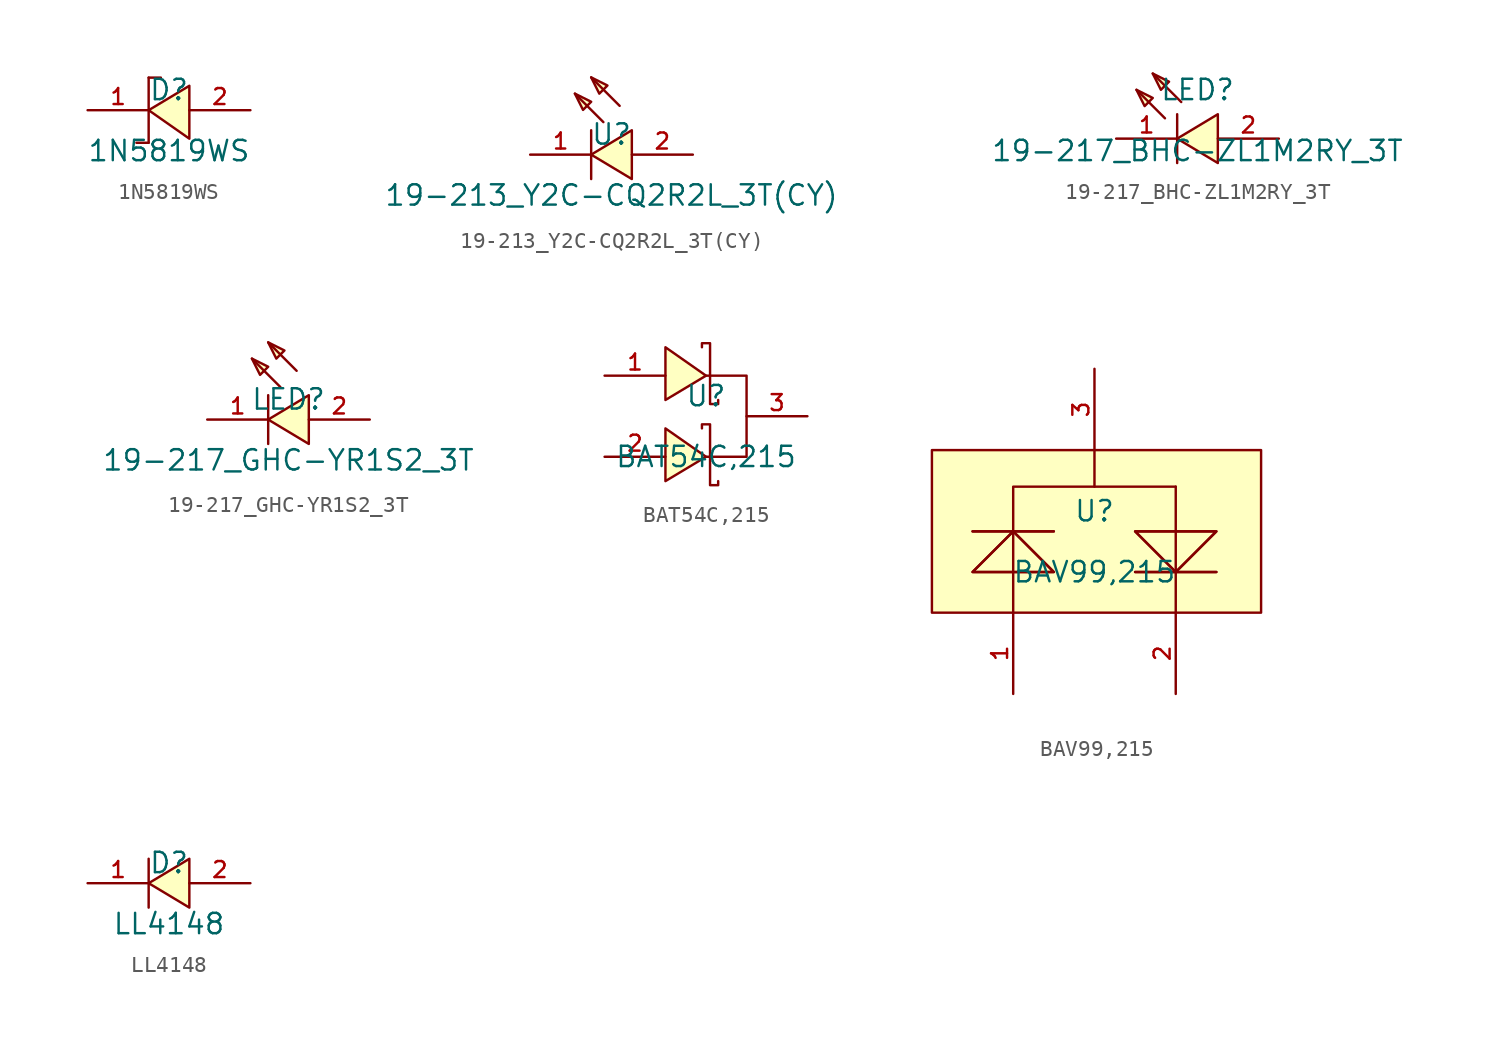
<source format=kicad_sym>
(kicad_symbol_lib
  (version 20210201)
  (generator TousstNicolas/JLC2KiCad_lib)
  (symbol "1N5819WS"
    (pin_names hide)
    (property "Reference" "D"
      (at 0 1.27 0)
      (effects (font (size 1.27 1.27))))
    (property "Value" "1N5819WS"
      (at 0 -2.54 0)
      (effects (font (size 1.27 1.27))))
    (symbol "1N5819WS_0_1"
      (pin unspecified line (at 5.08 -0.0 180) (length 3.81) (name "A" (effects (font (size 1 1)))) (number "2" (effects (font (size 1 1)))))
      (pin unspecified line (at -5.08 -0.0 0) (length 3.81) (name "C" (effects (font (size 1 1)))) (number "1" (effects (font (size 1 1)))))
      (polyline (pts (xy -1.27 -2.032) (xy -1.27 2.032)) (stroke (width 0) (type default) (color 0 0 0 0)) (fill (type none)))
      (polyline (pts (xy 1.27 1.524) (xy -1.27 -0.0) (xy 1.27 -1.778) (xy 1.27 1.524)) (stroke (width 0) (type default) (color 0 0 0 0)) (fill (type background)))
      (polyline (pts (xy -1.27 -2.032) (xy -2.032 -2.032)) (stroke (width 0) (type default) (color 0 0 0 0)) (fill (type none)))
      (polyline (pts (xy -1.27 2.032) (xy -0.508 2.032)) (stroke (width 0) (type default) (color 0 0 0 0)) (fill (type none)))))
  (symbol "19-213_Y2C-CQ2R2L_3T(CY)"
    (pin_names hide)
    (property "Reference" "U"
      (at 0 1.27 0)
      (effects (font (size 1.27 1.27))))
    (property "Value" "19-213_Y2C-CQ2R2L_3T(CY)"
      (at 0 -2.54 0)
      (effects (font (size 1.27 1.27))))
    (symbol "19-213_Y2C-CQ2R2L_3T(CY)_0_1"
      (pin input line (at 5.08 -0.0 180) (length 3.81) (name "A" (effects (font (size 1 1)))) (number "2" (effects (font (size 1 1)))))
      (pin input line (at -5.08 -0.0 0) (length 3.81) (name "C" (effects (font (size 1 1)))) (number "1" (effects (font (size 1 1)))))
      (polyline (pts (xy 1.27 -1.524) (xy -1.27 -0.0) (xy 1.27 1.524) (xy 1.27 -1.524)) (stroke (width 0) (type default) (color 0 0 0 0)) (fill (type background)))
      (polyline (pts (xy -0.508 2.032) (xy -2.286 3.81)) (stroke (width 0) (type default) (color 0 0 0 0)) (fill (type none)))
      (polyline (pts (xy 0.508 3.048) (xy -1.27 4.826)) (stroke (width 0) (type default) (color 0 0 0 0)) (fill (type none)))
      (polyline (pts (xy -2.286 3.81) (xy -1.27 3.302) (xy -1.778 2.794) (xy -2.286 3.81)) (stroke (width 0) (type default) (color 0 0 0 0)) (fill (type background)))
      (polyline (pts (xy -1.27 4.826) (xy -0.254 4.318) (xy -0.762 3.81) (xy -1.27 4.826)) (stroke (width 0) (type default) (color 0 0 0 0)) (fill (type background)))
      (polyline (pts (xy -1.27 1.524) (xy -1.27 -1.524)) (stroke (width 0) (type default) (color 0 0 0 0)) (fill (type none)))))
  (symbol "19-217_BHC-ZL1M2RY_3T"
    (pin_names hide)
    (property "Reference" "LED"
      (at 0 1.27 0)
      (effects (font (size 1.27 1.27))))
    (property "Value" "19-217_BHC-ZL1M2RY_3T"
      (at 0 -2.54 0)
      (effects (font (size 1.27 1.27))))
    (symbol "19-217_BHC-ZL1M2RY_3T_0_1"
      (pin input line (at 5.08 -1.778 180) (length 3.81) (name "A" (effects (font (size 1 1)))) (number "2" (effects (font (size 1 1)))))
      (pin input line (at -5.08 -1.778 0) (length 3.81) (name "C" (effects (font (size 1 1)))) (number "1" (effects (font (size 1 1)))))
      (polyline (pts (xy 1.27 -0.254) (xy -1.27 -1.778) (xy 1.27 -3.302) (xy 1.27 -0.254)) (stroke (width 0) (type default) (color 0 0 0 0)) (fill (type background)))
      (polyline (pts (xy -1.016 0.508) (xy -2.794 2.286)) (stroke (width 0) (type default) (color 0 0 0 0)) (fill (type none)))
      (polyline (pts (xy -2.032 -0.508) (xy -3.81 1.27)) (stroke (width 0) (type default) (color 0 0 0 0)) (fill (type none)))
      (polyline (pts (xy -2.794 2.286) (xy -2.286 1.27) (xy -1.778 1.778) (xy -2.794 2.286)) (stroke (width 0) (type default) (color 0 0 0 0)) (fill (type background)))
      (polyline (pts (xy -3.81 1.27) (xy -3.302 0.254) (xy -2.794 0.762) (xy -3.81 1.27)) (stroke (width 0) (type default) (color 0 0 0 0)) (fill (type background)))
      (polyline (pts (xy -1.27 -3.302) (xy -1.27 -0.254)) (stroke (width 0) (type default) (color 0 0 0 0)) (fill (type none)))))
  (symbol "19-217_GHC-YR1S2_3T"
    (pin_names hide)
    (property "Reference" "LED"
      (at 0 1.27 0)
      (effects (font (size 1.27 1.27))))
    (property "Value" "19-217_GHC-YR1S2_3T"
      (at 0 -2.54 0)
      (effects (font (size 1.27 1.27))))
    (symbol "19-217_GHC-YR1S2_3T_0_1"
      (pin input line (at 5.08 -0.0 180) (length 3.81) (name "A" (effects (font (size 1 1)))) (number "2" (effects (font (size 1 1)))))
      (pin input line (at -5.08 -0.0 0) (length 3.81) (name "C" (effects (font (size 1 1)))) (number "1" (effects (font (size 1 1)))))
      (polyline (pts (xy 1.27 -1.524) (xy -1.27 -0.0) (xy 1.27 1.524) (xy 1.27 -1.524)) (stroke (width 0) (type default) (color 0 0 0 0)) (fill (type background)))
      (polyline (pts (xy -0.508 2.032) (xy -2.286 3.81)) (stroke (width 0) (type default) (color 0 0 0 0)) (fill (type none)))
      (polyline (pts (xy 0.508 3.048) (xy -1.27 4.826)) (stroke (width 0) (type default) (color 0 0 0 0)) (fill (type none)))
      (polyline (pts (xy -2.286 3.81) (xy -1.27 3.302) (xy -1.778 2.794) (xy -2.286 3.81)) (stroke (width 0) (type default) (color 0 0 0 0)) (fill (type background)))
      (polyline (pts (xy -1.27 4.826) (xy -0.254 4.318) (xy -0.762 3.81) (xy -1.27 4.826)) (stroke (width 0) (type default) (color 0 0 0 0)) (fill (type background)))
      (polyline (pts (xy -1.27 1.524) (xy -1.27 -1.524)) (stroke (width 0) (type default) (color 0 0 0 0)) (fill (type none)))))
  (symbol "BAT54C,215"
    (pin_names hide)
    (property "Reference" "U"
      (at 0 1.27 0)
      (effects (font (size 1.27 1.27))))
    (property "Value" "BAT54C,215"
      (at 0 -2.54 0)
      (effects (font (size 1.27 1.27))))
    (symbol "BAT54C,215_0_1"
      (pin unspecified line (at -6.35 2.54 0) (length 3.81) (name "A" (effects (font (size 1 1)))) (number "1" (effects (font (size 1 1)))))
      (polyline (pts (xy 0.762 1.016) (xy 0.762 0.762) (xy 0.254 0.762) (xy 0.254 4.572) (xy -0.254 4.572) (xy -0.254 4.318)) (stroke (width 0) (type default) (color 0 0 0 0)) (fill (type none)))
      (polyline (pts (xy -2.54 1.016) (xy 0.0 2.54) (xy -2.54 4.318) (xy -2.54 1.016)) (stroke (width 0) (type default) (color 0 0 0 0)) (fill (type background)))
      (pin unspecified line (at -6.35 -2.54 0) (length 3.81) (name "A" (effects (font (size 1 1)))) (number "2" (effects (font (size 1 1)))))
      (pin unspecified line (at 6.35 -0.0 180) (length 3.81) (name "K" (effects (font (size 1 1)))) (number "3" (effects (font (size 1 1)))))
      (polyline (pts (xy 0.762 -4.064) (xy 0.762 -4.318) (xy 0.254 -4.318) (xy 0.254 -0.508) (xy -0.254 -0.508) (xy -0.254 -0.762)) (stroke (width 0) (type default) (color 0 0 0 0)) (fill (type none)))
      (polyline (pts (xy -2.54 -4.064) (xy 0.0 -2.54) (xy -2.54 -0.762) (xy -2.54 -4.064)) (stroke (width 0) (type default) (color 0 0 0 0)) (fill (type background)))
      (polyline (pts (xy 0.0 2.54) (xy 2.54 2.54) (xy 2.54 -2.54) (xy 0.0 -2.54)) (stroke (width 0) (type default) (color 0 0 0 0)) (fill (type none)))))
  (symbol "BAV99,215"
    (pin_names hide)
    (property "Reference" "U"
      (at 0 1.27 0)
      (effects (font (size 1.27 1.27))))
    (property "Value" "BAV99,215"
      (at 0 -2.54 0)
      (effects (font (size 1.27 1.27))))
    (symbol "BAV99,215_0_1"
      (rectangle (start -10.16 5.08) (end 10.414 -5.08) (stroke (width 0) (type default) (color 0 0 0 0)) (fill (type background)))
      (pin input line (at -5.08 -10.16 90) (length 5.08) (name "1" (effects (font (size 1 1)))) (number "1" (effects (font (size 1 1)))))
      (pin input line (at 5.08 -10.16 90) (length 5.08) (name "2" (effects (font (size 1 1)))) (number "2" (effects (font (size 1 1)))))
      (pin input line (at 0.0 10.16 270) (length 5.08) (name "3" (effects (font (size 1 1)))) (number "3" (effects (font (size 1 1)))))
      (polyline (pts (xy 2.54 -0.0) (xy 5.08 -2.54) (xy 7.62 -0.0) (xy 2.54 -0.0)) (stroke (width 0) (type default) (color 0 0 0 0)) (fill (type background)))
      (polyline (pts (xy 7.62 -2.54) (xy 2.54 -2.54)) (stroke (width 0) (type default) (color 0 0 0 0)) (fill (type none)))
      (polyline (pts (xy -2.54 -2.54) (xy -5.08 -0.0) (xy -7.62 -2.54) (xy -2.54 -2.54)) (stroke (width 0) (type default) (color 0 0 0 0)) (fill (type background)))
      (polyline (pts (xy -7.62 -0.0) (xy -2.54 -0.0)) (stroke (width 0) (type default) (color 0 0 0 0)) (fill (type none)))
      (polyline (pts (xy -5.08 -5.08) (xy -5.08 2.794) (xy 5.08 2.794)) (stroke (width 0) (type default) (color 0 0 0 0)) (fill (type none)))
      (polyline (pts (xy 5.08 2.794) (xy 5.08 -5.08)) (stroke (width 0) (type default) (color 0 0 0 0)) (fill (type none)))
      (polyline (pts (xy 0.0 5.08) (xy 0.0 2.794)) (stroke (width 0) (type default) (color 0 0 0 0)) (fill (type none)))
      (polyline (pts (xy -2.54 -2.54) (xy -5.08 -0.0) (xy -7.62 -2.54) (xy -2.54 -2.54)) (stroke (width 0) (type default) (color 0 0 0 0)) (fill (type background)))
      (polyline (pts (xy 2.54 -0.0) (xy 5.08 -2.54) (xy 7.62 -0.0) (xy 2.54 -0.0)) (stroke (width 0) (type default) (color 0 0 0 0)) (fill (type background)))
      (polyline (pts (xy -7.62 -0.0) (xy -2.54 -0.0)) (stroke (width 0) (type default) (color 0 0 0 0)) (fill (type none)))
      (polyline (pts (xy 7.62 -2.54) (xy 2.54 -2.54)) (stroke (width 0) (type default) (color 0 0 0 0)) (fill (type none)))))
  (symbol "LL4148"
    (pin_names hide)
    (property "Reference" "D"
      (at 0 1.27 0)
      (effects (font (size 1.27 1.27))))
    (property "Value" "LL4148"
      (at 0 -2.54 0)
      (effects (font (size 1.27 1.27))))
    (symbol "LL4148_0_1"
      (polyline (pts (xy -1.27 -1.524) (xy -1.27 1.524)) (stroke (width 0) (type default) (color 0 0 0 0)) (fill (type none)))
      (pin unspecified line (at 5.08 -0.0 180) (length 3.81) (name "A" (effects (font (size 1 1)))) (number "2" (effects (font (size 1 1)))))
      (pin unspecified line (at -5.08 -0.0 0) (length 3.81) (name "K" (effects (font (size 1 1)))) (number "1" (effects (font (size 1 1)))))
      (polyline (pts (xy 1.27 1.524) (xy -1.27 -0.0) (xy 1.27 -1.524) (xy 1.27 1.524)) (stroke (width 0) (type default) (color 0 0 0 0)) (fill (type background))))))
</source>
